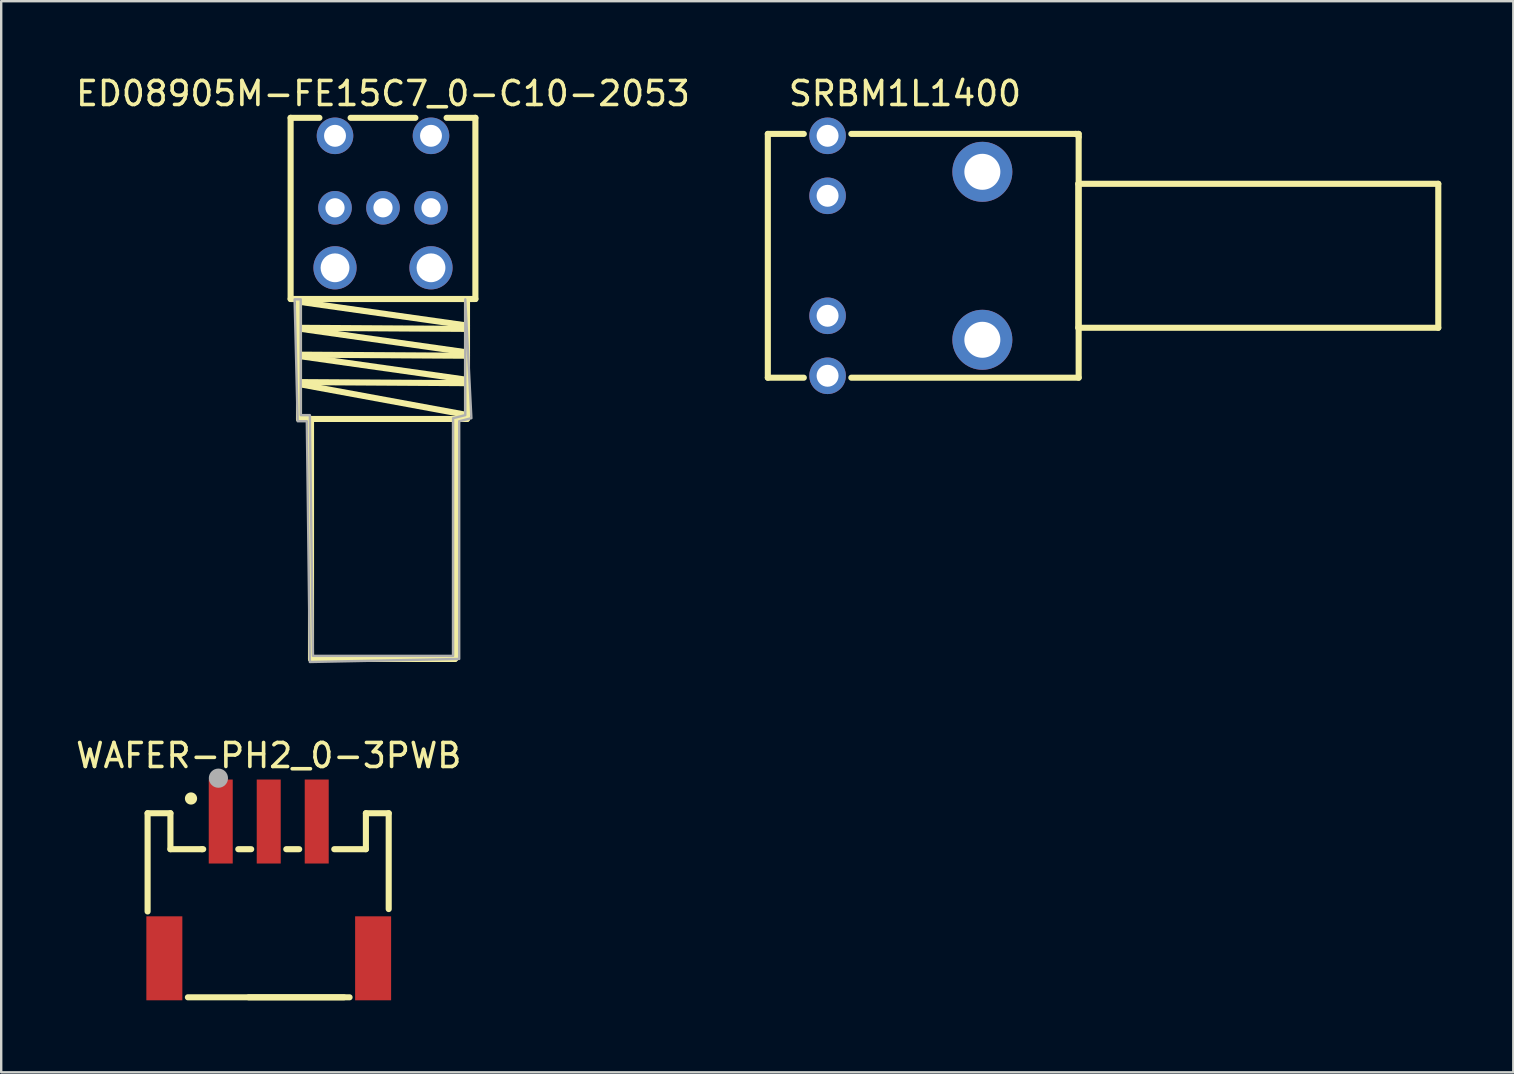
<source format=kicad_pcb>
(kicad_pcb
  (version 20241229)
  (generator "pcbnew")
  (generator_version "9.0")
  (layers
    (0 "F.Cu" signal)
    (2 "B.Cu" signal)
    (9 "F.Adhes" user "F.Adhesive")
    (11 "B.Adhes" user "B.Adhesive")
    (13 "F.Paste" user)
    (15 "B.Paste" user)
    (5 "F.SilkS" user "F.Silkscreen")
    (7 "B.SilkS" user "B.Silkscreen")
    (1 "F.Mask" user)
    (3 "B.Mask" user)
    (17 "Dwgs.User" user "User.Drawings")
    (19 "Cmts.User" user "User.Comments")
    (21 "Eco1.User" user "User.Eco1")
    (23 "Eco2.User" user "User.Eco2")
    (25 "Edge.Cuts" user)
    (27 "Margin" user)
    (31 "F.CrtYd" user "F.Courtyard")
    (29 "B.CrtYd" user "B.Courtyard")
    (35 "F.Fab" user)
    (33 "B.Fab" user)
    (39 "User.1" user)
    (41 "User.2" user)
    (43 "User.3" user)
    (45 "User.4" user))
  (footprint "SRBM1L1400"
    (layer "F.Cu")
    (at 34.663 7.61)
    (property "Reference" "SRBM1L1400" (at 0 -6.762 0) (layer "F.SilkS") (effects (font (size 1 1) (thickness 0.15))))
    (attr through_hole)
    (fp_line (start -5.715 -5.08) (end -5.715 5.08) (stroke (width 0.254) (type solid)) (layer "F.SilkS"))
    (fp_line (start -5.715 5.08) (end -4.215 5.08) (stroke (width 0.254) (type solid)) (layer "F.SilkS"))
    (fp_line (start -4.215 -5.08) (end -5.715 -5.08) (stroke (width 0.254) (type solid)) (layer "F.SilkS"))
    (fp_line (start -2.235 5.08) (end 7.239 5.08) (stroke (width 0.254) (type solid)) (layer "F.SilkS"))
    (fp_line (start 7.112 -5.08) (end -2.235 -5.08) (stroke (width 0.254) (type solid)) (layer "F.SilkS"))
    (fp_line (start 7.225 -3) (end 22.225 -3) (stroke (width 0.254) (type solid)) (layer "F.SilkS"))
    (fp_line (start 7.225 3) (end 7.225 -3) (stroke (width 0.254) (type solid)) (layer "F.SilkS"))
    (fp_line (start 7.239 -5.08) (end 7.112 -5.08) (stroke (width 0.254) (type solid)) (layer "F.SilkS"))
    (fp_line (start 7.239 -4.953) (end 7.239 -5.08) (stroke (width 0.254) (type solid)) (layer "F.SilkS"))
    (fp_line (start 7.239 5.08) (end 7.239 -4.953) (stroke (width 0.254) (type solid)) (layer "F.SilkS"))
    (fp_line (start 22.225 -3) (end 22.225 3) (stroke (width 0.254) (type solid)) (layer "F.SilkS"))
    (fp_line (start 22.225 3) (end 7.225 3) (stroke (width 0.254) (type solid)) (layer "F.SilkS"))
    (pad "1" thru_hole oval (at -3.225 -5) (size 1.524 1.524) (drill 0.914) (layers "*.Cu" "*.Mask"))
    (pad "2" thru_hole oval (at -3.225 -2.5) (size 1.524 1.524) (drill 0.914) (layers "*.Cu" "*.Mask"))
    (pad "3" thru_hole oval (at -3.225 2.5) (size 1.524 1.524) (drill 0.914) (layers "*.Cu" "*.Mask"))
    (pad "4" thru_hole oval (at -3.225 5) (size 1.524 1.524) (drill 0.914) (layers "*.Cu" "*.Mask"))
    (pad "5" thru_hole oval (at 3.225 -3.5) (size 2.5 2.5) (drill 1.5) (layers "*.Cu" "*.Mask"))
    (pad "6" thru_hole oval (at 3.225 3.5) (size 2.5 2.5) (drill 1.5) (layers "*.Cu" "*.Mask")))
  (footprint "ED08905M-FE15C7_0-C10-2053"
    (layer "F.Cu")
    (at 12.911 5.36)
    (property "Reference" "ED08905M-FE15C7_0-C10-2053" (at 0 -4.512 0) (layer "F.SilkS") (effects (font (size 1 1) (thickness 0.15))))
    (attr through_hole)
    (fp_line (start -3.85 -3.5) (end -2.65 -3.5) (stroke (width 0.254) (type solid)) (layer "F.SilkS"))
    (fp_line (start -3.85 4.05) (end -3.85 -3.5) (stroke (width 0.254) (type solid)) (layer "F.SilkS"))
    (fp_line (start -3.849 4.05) (end 3.85 4.05) (stroke (width 0.254) (type solid)) (layer "F.SilkS"))
    (fp_line (start -3.5 4.165) (end 3.5 5.156) (stroke (width 0.254) (type solid)) (layer "F.SilkS"))
    (fp_line (start -3.5 5.251) (end 3.5 5.296) (stroke (width 0.254) (type solid)) (layer "F.SilkS"))
    (fp_line (start -3.5 5.284) (end 3.5 6.275) (stroke (width 0.254) (type solid)) (layer "F.SilkS"))
    (fp_line (start -3.5 6.37) (end 3.5 6.415) (stroke (width 0.254) (type solid)) (layer "F.SilkS"))
    (fp_line (start -3.5 6.427) (end 3.5 7.418) (stroke (width 0.254) (type solid)) (layer "F.SilkS"))
    (fp_line (start -3.5 7.513) (end 3.5 7.558) (stroke (width 0.254) (type solid)) (layer "F.SilkS"))
    (fp_line (start -3.5 7.596) (end 3.5 8.883) (stroke (width 0.254) (type solid)) (layer "F.SilkS"))
    (fp_line (start -3.5 9.05) (end -3.5 4.05) (stroke (width 0.254) (type solid)) (layer "F.SilkS"))
    (fp_line (start -3.5 9.05) (end 3.5 9.05) (stroke (width 0.254) (type solid)) (layer "F.SilkS"))
    (fp_line (start -3 19.05) (end -3 9.05) (stroke (width 0.254) (type solid)) (layer "F.SilkS"))
    (fp_line (start -1.35 -3.5) (end 1.35 -3.5) (stroke (width 0.254) (type solid)) (layer "F.SilkS"))
    (fp_line (start 2.65 -3.5) (end 3.85 -3.5) (stroke (width 0.254) (type solid)) (layer "F.SilkS"))
    (fp_line (start 3 9.05) (end 3 19.05) (stroke (width 0.254) (type solid)) (layer "F.SilkS"))
    (fp_line (start 3 19.05) (end -3 19.05) (stroke (width 0.254) (type solid)) (layer "F.SilkS"))
    (fp_line (start 3.5 9.05) (end 3.5 4.05) (stroke (width 0.254) (type solid)) (layer "F.SilkS"))
    (fp_line (start 3.85 -3.5) (end 3.85 4.05) (stroke (width 0.254) (type solid)) (layer "F.SilkS"))
    (fp_poly (pts (xy -3.429 4.064) (xy -3.429 8.89) (xy -3.048 8.89) (xy -2.921 18.923) (xy 2.921 18.923) (xy 2.921 9.017) (xy 3.429 8.89) (xy 3.429 4.064) (xy 3.683 9.017) (xy 3.175 9.144) (xy 3.175 19.05) (xy -3.048 19.177) (xy -3.175 9.144) (xy -3.556 9.144) (xy -3.683 4.064)) (stroke (width 0.1) (type solid)) (fill no) (layer "F.Fab"))
    (pad "1" thru_hole oval (at 2 2.75) (size 1.8 1.8) (drill 1.2) (layers "*.Cu" "*.Mask"))
    (pad "2" thru_hole oval (at -2 2.75) (size 1.8 1.8) (drill 1.2) (layers "*.Cu" "*.Mask"))
    (pad "A" thru_hole oval (at 2 0.25) (size 1.4 1.4) (drill 0.8) (layers "*.Cu" "*.Mask"))
    (pad "B" thru_hole oval (at -2 0.25) (size 1.4 1.4) (drill 0.8) (layers "*.Cu" "*.Mask"))
    (pad "C" thru_hole oval (at 0 0.25) (size 1.4 1.4) (drill 0.8) (layers "*.Cu" "*.Mask"))
    (pad "S1" thru_hole oval (at -2 -2.75) (size 1.524 1.524) (drill 0.914) (layers "*.Cu" "*.Mask"))
    (pad "S2" thru_hole oval (at 2 -2.75) (size 1.524 1.524) (drill 0.914) (layers "*.Cu" "*.Mask")))
  (footprint "WAFER-PH2_0-3PWB"
    (layer "F.Cu")
    (at 8.149 34.036)
    (property "Reference" "WAFER-PH2_0-3PWB" (at 0 -5.6 0) (layer "F.SilkS") (effects (font (size 1 1) (thickness 0.15))))
    (attr smd)
    (fp_line (start -5.048 -3.196) (end -4.097 -3.196) (stroke (width 0.254) (type solid)) (layer "F.SilkS"))
    (fp_line (start -5.048 0.898) (end -5.048 -3.196) (stroke (width 0.254) (type solid)) (layer "F.SilkS"))
    (fp_line (start -4.097 -3.196) (end -4.097 -1.697) (stroke (width 0.254) (type solid)) (layer "F.SilkS"))
    (fp_line (start -4.097 -1.697) (end -2.779 -1.697) (stroke (width 0.254) (type solid)) (layer "F.SilkS"))
    (fp_line (start -2.779 -1.697) (end -2.731 -1.697) (stroke (width 0.254) (type solid)) (layer "F.SilkS"))
    (fp_line (start -1.269 -1.697) (end -0.731 -1.697) (stroke (width 0.254) (type solid)) (layer "F.SilkS"))
    (fp_line (start -0.836 4.475) (end 3.369 4.475) (stroke (width 0.254) (type solid)) (layer "F.SilkS"))
    (fp_line (start 0.731 -1.697) (end 1.269 -1.697) (stroke (width 0.254) (type solid)) (layer "F.SilkS"))
    (fp_line (start 3.131 4.475) (end -3.369 4.475) (stroke (width 0.254) (type solid)) (layer "F.SilkS"))
    (fp_line (start 4.049 -1.697) (end 2.731 -1.697) (stroke (width 0.254) (type solid)) (layer "F.SilkS"))
    (fp_line (start 4.049 -3.196) (end 4.049 -1.697) (stroke (width 0.254) (type solid)) (layer "F.SilkS"))
    (fp_line (start 5 -3.196) (end 4.049 -3.196) (stroke (width 0.254) (type solid)) (layer "F.SilkS"))
    (fp_line (start 5 -3.196) (end 5 0.798) (stroke (width 0.254) (type solid)) (layer "F.SilkS"))
    (fp_circle (center -3.239 -3.81) (end -3.112 -3.81) (stroke (width 0.254) (type solid)) (fill yes) (layer "F.SilkS"))
    (fp_circle (center -2.097 -4.657) (end -1.897 -4.657) (stroke (width 0.4) (type solid)) (fill no) (layer "F.Fab"))
    (pad "1" smd rect (at -2 -2.85) (size 1 3.5) (layers "F.Cu" "F.Mask" "F.Paste"))
    (pad "2" smd rect (at 0 -2.85) (size 1 3.5) (layers "F.Cu" "F.Mask" "F.Paste"))
    (pad "3" smd rect (at 2 -2.85) (size 1 3.5) (layers "F.Cu" "F.Mask" "F.Paste"))
    (pad "4" smd rect (at 4.35 2.85) (size 1.5 3.5) (layers "F.Cu" "F.Mask" "F.Paste"))
    (pad "5" smd rect (at -4.35 2.85) (size 1.5 3.5) (layers "F.Cu" "F.Mask" "F.Paste")))
  (gr_rect
    (start -3 -3)
    (end 60.015 41.637)
    (stroke (width 0.1) (type default))
    (fill no)
    (layer "Edge.Cuts")))
</source>
